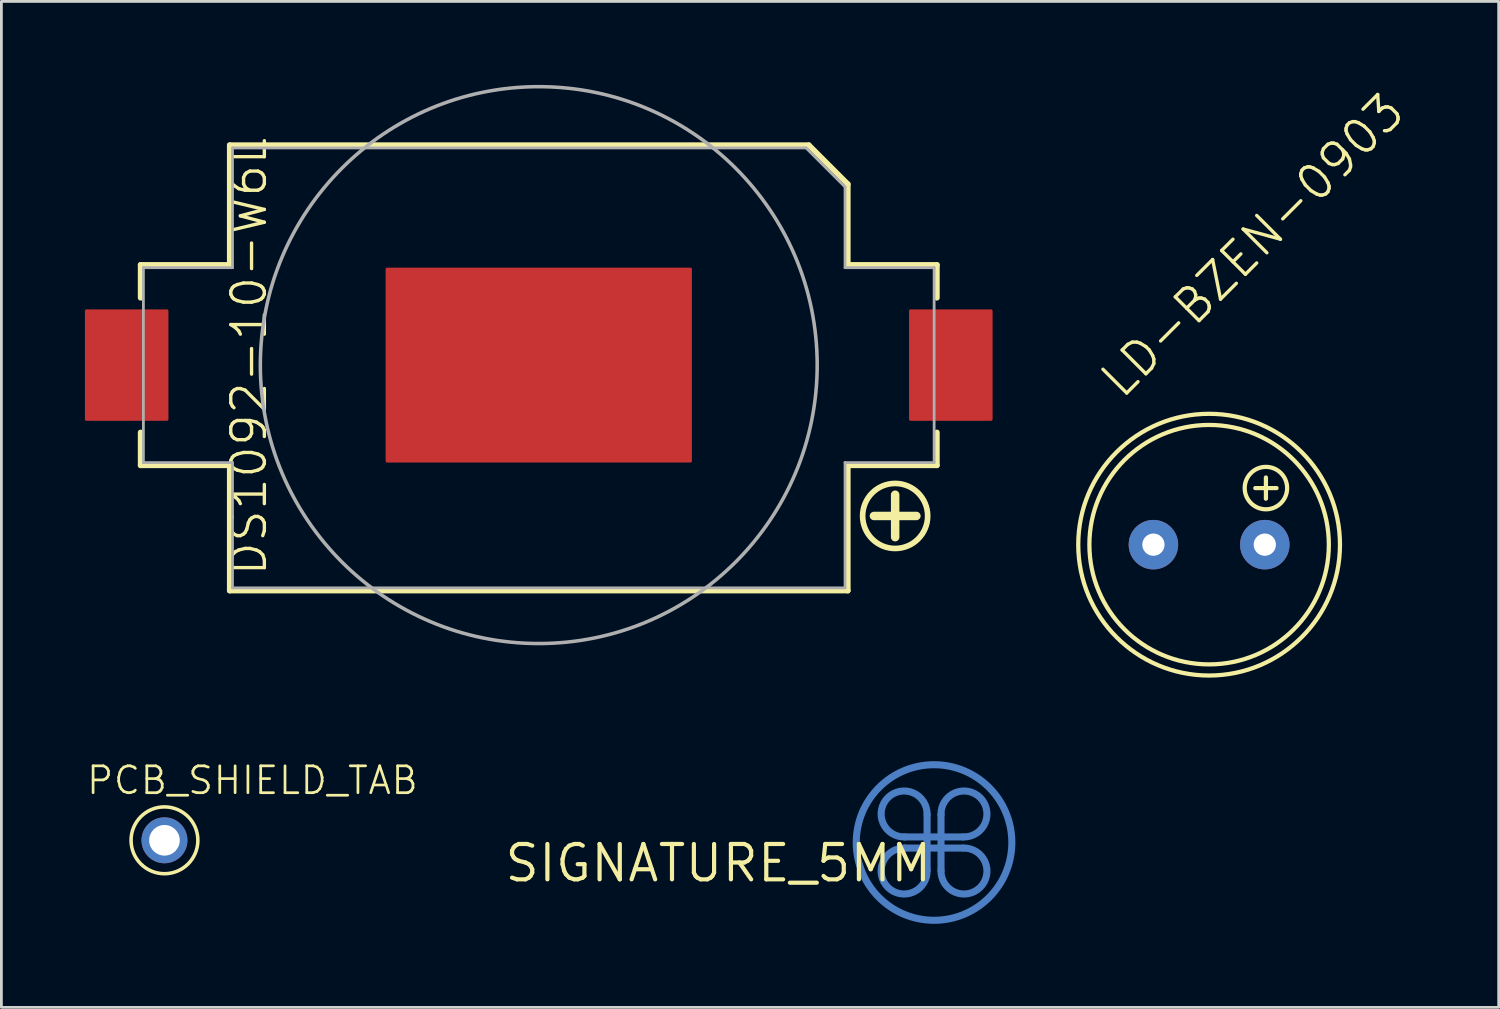
<source format=kicad_pcb>
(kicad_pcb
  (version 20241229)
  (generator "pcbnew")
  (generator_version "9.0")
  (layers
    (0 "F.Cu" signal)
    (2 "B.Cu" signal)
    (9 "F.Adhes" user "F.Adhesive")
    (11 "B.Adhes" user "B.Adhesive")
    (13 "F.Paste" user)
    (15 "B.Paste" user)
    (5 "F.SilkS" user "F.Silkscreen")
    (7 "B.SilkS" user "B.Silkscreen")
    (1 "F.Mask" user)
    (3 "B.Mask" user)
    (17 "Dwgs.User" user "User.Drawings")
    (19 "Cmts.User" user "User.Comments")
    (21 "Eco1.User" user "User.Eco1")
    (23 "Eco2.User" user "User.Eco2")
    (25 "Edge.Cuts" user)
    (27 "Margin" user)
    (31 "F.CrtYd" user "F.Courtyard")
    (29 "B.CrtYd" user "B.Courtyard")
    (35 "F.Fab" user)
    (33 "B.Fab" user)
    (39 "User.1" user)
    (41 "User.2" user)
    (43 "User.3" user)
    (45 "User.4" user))
  (footprint "LD-BZEN-0903"
    (layer "F.Cu")
    (at 40.376 16.512)
    (property "Reference" "LD-BZEN-0903" (at -3.111 -5.08 225) (layer "F.SilkS") (effects (font (size 1.206 1.206) (thickness 0.121)) (justify left bottom)))
    (attr through_hole)
    (fp_line (start 1.659 -2.032) (end 2.421 -2.032) (stroke (width 0.152) (type solid)) (layer "F.SilkS"))
    (fp_line (start 2.04 -1.651) (end 2.04 -2.413) (stroke (width 0.152) (type solid)) (layer "F.SilkS"))
    (fp_circle (center 0 0) (end 4.3 0) (stroke (width 0.152) (type solid)) (fill no) (layer "F.SilkS"))
    (fp_circle (center 0 0) (end 4.7 0) (stroke (width 0.152) (type solid)) (fill no) (layer "F.SilkS"))
    (fp_circle (center 2.04 -2.032) (end 2.802 -2.032) (stroke (width 0.152) (type solid)) (fill no) (layer "F.SilkS"))
    (pad "+B" thru_hole circle (at 2 0) (size 1.778 1.778) (drill 0.8) (layers "*.Cu" "*.Mask"))
    (pad "-B" thru_hole circle (at -2 0) (size 1.778 1.778) (drill 0.8) (layers "*.Cu" "*.Mask")))
  (footprint "PCB_SHIELD_TAB"
    (layer "F.Cu")
    (at 2.857 27.13)
    (property "Reference" "PCB_SHIELD_TAB" (at -2.857 -1.587 0) (layer "F.SilkS") (effects (font (size 0.965 0.965) (thickness 0.097)) (justify left bottom)))
    (attr through_hole)
    (fp_circle (center 0 0) (end 1.2 0) (stroke (width 0.127) (type solid)) (fill no) (layer "F.SilkS"))
    (pad "1" thru_hole circle (at 0 0) (size 1.65 1.65) (drill 1.1) (layers "*.Cu" "*.Mask")))
  (footprint "SIGNATURE_5MM"
    (layer "F.Cu")
    (at 30.497 27.209)
    (property "Reference" "SIGNATURE_5MM" (at 0 0 0) (layer "F.SilkS") (effects (font (size 1.27 1.27) (thickness 0.15)) (justify right top)))
    (attr through_hole)
    (fp_line (start -1.05 -0.2) (end 1.05 -0.2) (stroke (width 0.254) (type solid)) (layer "B.Cu"))
    (fp_line (start -1.05 0.2) (end 1.05 0.2) (stroke (width 0.254) (type solid)) (layer "B.Cu"))
    (fp_line (start -0.25 -1) (end -0.25 1) (stroke (width 0.254) (type solid)) (layer "B.Cu"))
    (fp_line (start 0.25 -1) (end 0.25 1) (stroke (width 0.254) (type solid)) (layer "B.Cu"))
    (fp_arc (start -1.05 -0.2) (mid -1.658623 -1.608625) (end -0.25 -0.999998) (stroke (width 0.254) (type solid)) (layer "B.Cu"))
    (fp_arc (start -0.25 1) (mid -1.658625 1.608623) (end -1.049998 0.2) (stroke (width 0.254) (type solid)) (layer "B.Cu"))
    (fp_arc (start 0.25 -1) (mid 1.658625 -1.608623) (end 1.049998 -0.2) (stroke (width 0.254) (type solid)) (layer "B.Cu"))
    (fp_arc (start 1.05 0.2) (mid 1.658623 1.608625) (end 0.25 0.999998) (stroke (width 0.254) (type solid)) (layer "B.Cu"))
    (fp_circle (center 0 0) (end 2.794 0) (stroke (width 0.254) (type solid)) (fill no) (layer "B.Cu")))
  (footprint "DS1092-10-W6L"
    (layer "F.Cu")
    (at 16.3 10.063)
    (property "Reference" "DS1092-10-W6L" (at -11.113 -8.255 90) (layer "F.SilkS") (effects (font (size 1.206 1.206) (thickness 0.121)) (justify right top)))
    (attr through_hole)
    (fp_line (start -14.3 -3.6) (end -14.3 -2.417) (stroke (width 0.2) (type solid)) (layer "F.SilkS"))
    (fp_line (start -14.3 -3.6) (end -11.1 -3.6) (stroke (width 0.2) (type solid)) (layer "F.SilkS"))
    (fp_line (start -14.3 3.6) (end -14.3 2.417) (stroke (width 0.2) (type solid)) (layer "F.SilkS"))
    (fp_line (start -11.1 -7.9) (end 9.7 -7.9) (stroke (width 0.2) (type solid)) (layer "F.SilkS"))
    (fp_line (start -11.1 -3.6) (end -11.1 -7.9) (stroke (width 0.2) (type solid)) (layer "F.SilkS"))
    (fp_line (start -11.1 3.6) (end -14.3 3.6) (stroke (width 0.2) (type solid)) (layer "F.SilkS"))
    (fp_line (start -11.1 8.1) (end -11.1 3.6) (stroke (width 0.2) (type solid)) (layer "F.SilkS"))
    (fp_line (start 9.7 -7.9) (end 11.1 -6.5) (stroke (width 0.2) (type solid)) (layer "F.SilkS"))
    (fp_line (start 11.1 -6.5) (end 11.1 -3.6) (stroke (width 0.2) (type solid)) (layer "F.SilkS"))
    (fp_line (start 11.1 -3.6) (end 14.3 -3.6) (stroke (width 0.2) (type solid)) (layer "F.SilkS"))
    (fp_line (start 11.1 3.6) (end 11.1 8.1) (stroke (width 0.2) (type solid)) (layer "F.SilkS"))
    (fp_line (start 11.1 8.1) (end -11.1 8.1) (stroke (width 0.2) (type solid)) (layer "F.SilkS"))
    (fp_line (start 12.8 4.655) (end 12.8 6.179) (stroke (width 0.305) (type solid)) (layer "F.SilkS"))
    (fp_line (start 13.562 5.418) (end 12.038 5.418) (stroke (width 0.305) (type solid)) (layer "F.SilkS"))
    (fp_line (start 14.3 -3.6) (end 14.3 -2.417) (stroke (width 0.2) (type solid)) (layer "F.SilkS"))
    (fp_line (start 14.3 2.417) (end 14.3 3.6) (stroke (width 0.2) (type solid)) (layer "F.SilkS"))
    (fp_line (start 14.3 3.6) (end 11.1 3.6) (stroke (width 0.2) (type solid)) (layer "F.SilkS"))
    (fp_circle (center 12.8 5.418) (end 13.968 5.418) (stroke (width 0.203) (type solid)) (fill no) (layer "F.SilkS"))
    (fp_line (start -14.2 -3.5) (end -11 -3.5) (stroke (width 0.1) (type solid)) (layer "F.Fab"))
    (fp_line (start -14.2 3.5) (end -14.2 -3.5) (stroke (width 0.1) (type solid)) (layer "F.Fab"))
    (fp_line (start -14.2 3.5) (end -11 3.5) (stroke (width 0.1) (type solid)) (layer "F.Fab"))
    (fp_line (start -11 -7.8) (end 9.6 -7.8) (stroke (width 0.1) (type solid)) (layer "F.Fab"))
    (fp_line (start -11 -3.5) (end -11 -7.8) (stroke (width 0.1) (type solid)) (layer "F.Fab"))
    (fp_line (start -11 3.5) (end -11 8) (stroke (width 0.1) (type solid)) (layer "F.Fab"))
    (fp_line (start -11 8) (end 11 8) (stroke (width 0.1) (type solid)) (layer "F.Fab"))
    (fp_line (start 9.6 -7.8) (end 11 -6.4) (stroke (width 0.1) (type solid)) (layer "F.Fab"))
    (fp_line (start 11 -6.4) (end 11 -3.5) (stroke (width 0.1) (type solid)) (layer "F.Fab"))
    (fp_line (start 11 -3.5) (end 14.2 -3.5) (stroke (width 0.1) (type solid)) (layer "F.Fab"))
    (fp_line (start 11 8) (end 11 3.5) (stroke (width 0.1) (type solid)) (layer "F.Fab"))
    (fp_line (start 14.2 -3.5) (end 14.2 3.5) (stroke (width 0.1) (type solid)) (layer "F.Fab"))
    (fp_line (start 14.2 3.5) (end 11 3.5) (stroke (width 0.1) (type solid)) (layer "F.Fab"))
    (fp_circle (center 0 0) (end 10 0) (stroke (width 0.127) (type solid)) (fill no) (layer "F.Fab"))
    (pad "+" smd roundrect (at 14.8 0) (size 3 4) (layers "F.Cu" "F.Mask" "F.Paste") (roundrect_rratio 0.017))
    (pad "-" smd roundrect (at -14.8 0) (size 3 4) (layers "F.Cu" "F.Mask" "F.Paste") (roundrect_rratio 0.017))
    (pad "PS1" smd roundrect (at 0 0) (size 11 7) (layers "F.Cu" "F.Mask" "F.Paste") (roundrect_rratio 0.007)))
  (gr_rect
    (start -3 -3)
    (end 50.776 33.13)
    (stroke (width 0.1) (type default))
    (fill no)
    (layer "Edge.Cuts")))
</source>
